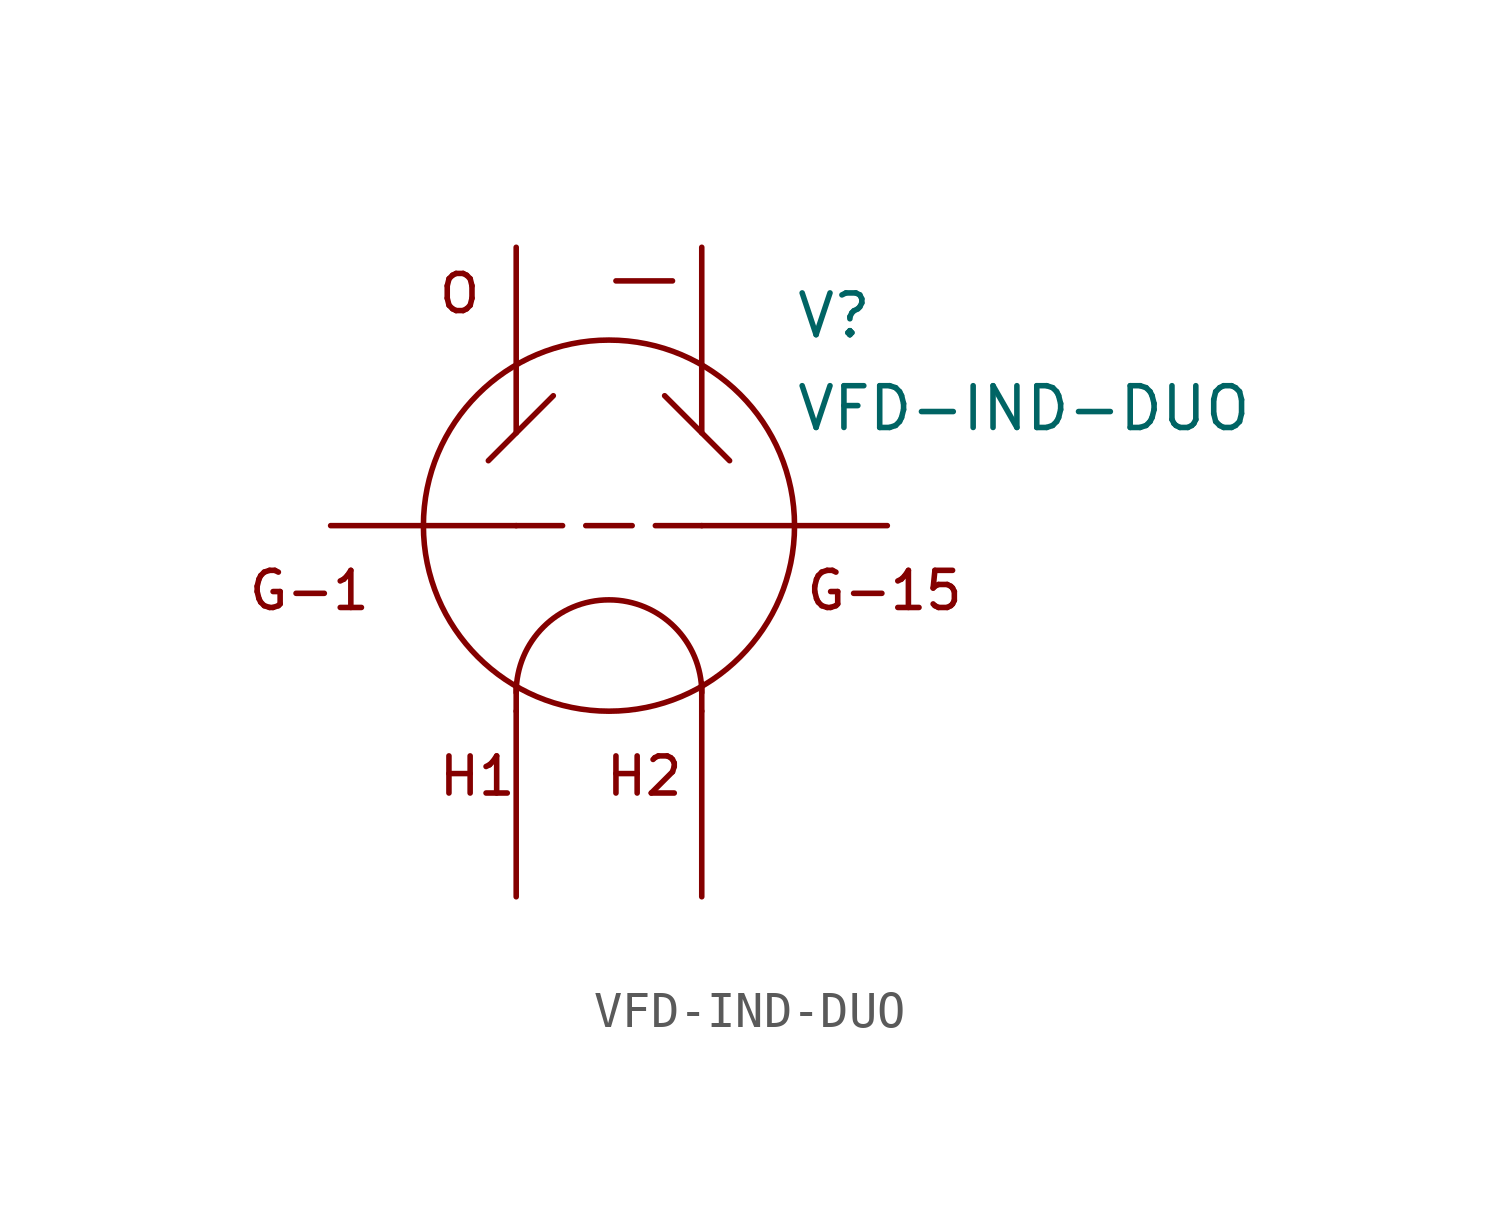
<source format=kicad_sym>
(kicad_symbol_lib
  (version 20241209)
  (generator "kicad_symbol_editor")
  (generator_version "9.0")
  (symbol "VFD-IND-DUO"
    (pin_numbers
      (hide yes))
    (pin_names
      (offset 1.016)
      (hide yes))
    (property "Reference" "V"
      (at 5.08 5.08 0)
      (effects (font (size 1.143 1.143)) (justify left bottom)))
    (property "Value" "VFD-IND-DUO"
      (at 5.08 2.54 0)
      (effects (font (size 1.143 1.143)) (justify left bottom)))
    (property "ki_locked" ""
      (at 0 0 0)
      (effects (font (size 1.27 1.27))))
    (symbol "VFD-IND-DUO_1_0"
      (polyline (pts (xy -3.302 1.778) (xy -1.524 3.556)) (stroke (width 0) (type default)) (fill (type none)))
      (polyline (pts (xy -2.54 0) (xy -1.27 0)) (stroke (width 0) (type default)) (fill (type none)))
      (polyline (pts (xy -2.54 -5.08) (xy -2.54 -4.318)) (stroke (width 0) (type default)) (fill (type none)))
      (polyline (pts (xy -0.635 0) (xy 0.635 0)) (stroke (width 0) (type default)) (fill (type none)))
      (polyline (pts (xy 1.27 0) (xy 2.54 0)) (stroke (width 0) (type default)) (fill (type none)))
      (polyline (pts (xy 1.524 3.556) (xy 3.302 1.778)) (stroke (width 0) (type default)) (fill (type none)))
      (polyline (pts (xy 2.54 -5.08) (xy 2.54 -4.318)) (stroke (width 0) (type default)) (fill (type none)))
      (text "G-1" (at -8.204 -1.778 0) (effects (font (size 1.016 1.016))))
      (text "O" (at -4.089 6.35 0) (effects (font (size 1.016 1.016))))
      (text "H1" (at -3.607 -6.858 0) (effects (font (size 1.016 1.016))))
      (text "-" (at 0.965 6.858 0) (effects (font (size 2.032 2.032))))
      (text "H2" (at 0.965 -6.858 0) (effects (font (size 1.016 1.016))))
      (text "G-15" (at 7.544 -1.778 0) (effects (font (size 1.016 1.016)))))
    (symbol "VFD-IND-DUO_1_1"
      (circle (center 0 0) (radius 5.08) (stroke (width 0) (type default)) (fill (type none)))
      (arc (start -2.54 -4.572) (mid 0 -2.043) (end 2.54 -4.572) (stroke (width 0) (type default)) (fill (type none)))
      (pin passive line (at -7.62 0 0) (length 5.08) (name "G1" (effects (font (size 1.016 1.016)))) (number "G" (effects (font (size 1.016 1.016)))))
      (pin passive line (at -2.54 7.62 270) (length 5.08) (name "O" (effects (font (size 1.016 1.016)))) (number "O" (effects (font (size 1.016 1.016)))))
      (pin passive line (at -2.54 7.62 270) (length 5.08) (hide yes) (name "O" (effects (font (size 1.016 1.016)))) (number "P$4" (effects (font (size 1.016 1.016)))))
      (pin passive line (at -2.54 -10.16 90) (length 5.08) (name "H1" (effects (font (size 1.016 1.016)))) (number "F1" (effects (font (size 1.016 1.016)))))
      (pin passive line (at -2.54 -10.16 90) (length 5.08) (hide yes) (name "H1" (effects (font (size 1.016 1.016)))) (number "P$1" (effects (font (size 1.016 1.016)))))
      (pin passive line (at 2.54 7.62 270) (length 5.08) (name "-" (effects (font (size 1.016 1.016)))) (number "-" (effects (font (size 1.016 1.016)))))
      (pin passive line (at 2.54 -10.16 90) (length 5.08) (name "H2" (effects (font (size 1.016 1.016)))) (number "F2" (effects (font (size 1.016 1.016)))))
      (pin passive line (at 2.54 -10.16 90) (length 5.08) (hide yes) (name "H2" (effects (font (size 1.016 1.016)))) (number "P$2" (effects (font (size 1.016 1.016)))))
      (pin passive line (at 7.62 0 180) (length 5.08) (name "G15" (effects (font (size 1.016 1.016)))) (number "P$3" (effects (font (size 1.016 1.016))))))))
</source>
